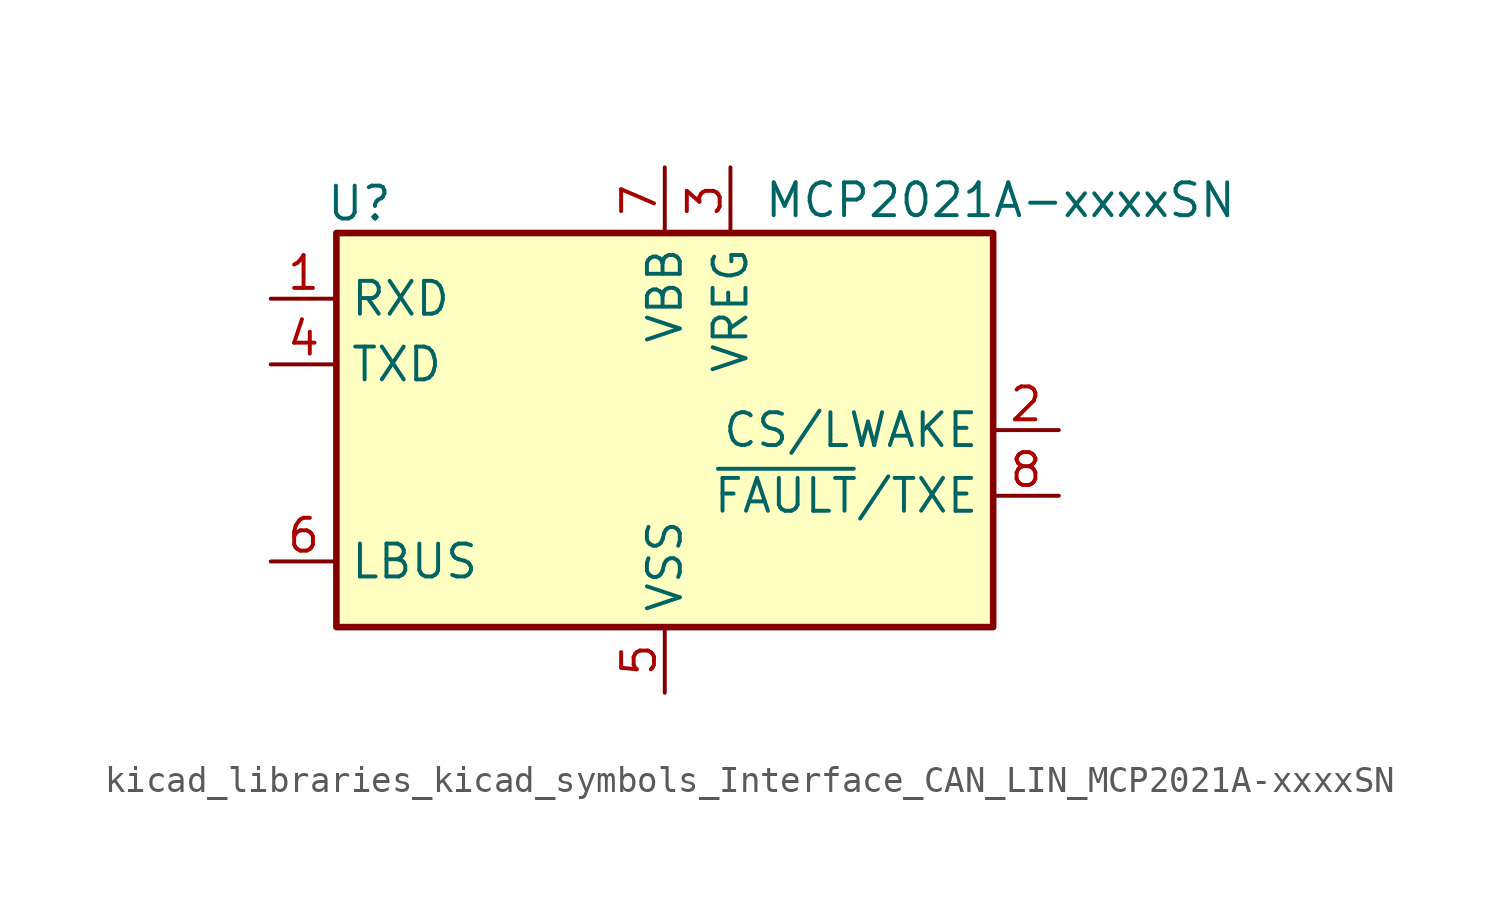
<source format=kicad_sym>
(kicad_symbol_lib
  (version 20220914)
  (generator kicad_symbol_editor)
  (symbol "kicad_libraries_kicad_symbols_Interface_CAN_LIN_MCP2021A-xxxxSN"
    (property "Reference" "U"
      (at -11.811 8.763 0)
      (effects (font (size 1.27 1.27))))
    (property "Value" "MCP2021A-xxxxSN"
      (at 3.81 8.89 0)
      (effects (font (size 1.27 1.27)) (justify left)))
    (symbol "kicad_libraries_kicad_symbols_Interface_CAN_LIN_MCP2021A-xxxxSN_0_1"
      (rectangle (start -12.7 7.62) (end 12.7 -7.62) (stroke (width 0.254) (type default)) (fill (type background))))
    (symbol "kicad_libraries_kicad_symbols_Interface_CAN_LIN_MCP2021A-xxxxSN_1_1"
      (pin output line (at -15.24 5.08 0) (length 2.54) (name "RXD" (effects (font (size 1.27 1.27)))) (number "1" (effects (font (size 1.27 1.27)))))
      (pin input line (at 15.24 0 180) (length 2.54) (name "CS/LWAKE" (effects (font (size 1.27 1.27)))) (number "2" (effects (font (size 1.27 1.27)))))
      (pin power_out line (at 2.54 10.16 270) (length 2.54) (name "VREG" (effects (font (size 1.27 1.27)))) (number "3" (effects (font (size 1.27 1.27)))))
      (pin input line (at -15.24 2.54 0) (length 2.54) (name "TXD" (effects (font (size 1.27 1.27)))) (number "4" (effects (font (size 1.27 1.27)))))
      (pin power_in line (at 0 -10.16 90) (length 2.54) (name "VSS" (effects (font (size 1.27 1.27)))) (number "5" (effects (font (size 1.27 1.27)))))
      (pin open_collector line (at -15.24 -5.08 0) (length 2.54) (name "LBUS" (effects (font (size 1.27 1.27)))) (number "6" (effects (font (size 1.27 1.27)))))
      (pin power_in line (at 0 10.16 270) (length 2.54) (name "VBB" (effects (font (size 1.27 1.27)))) (number "7" (effects (font (size 1.27 1.27)))))
      (pin open_collector line (at 15.24 -2.54 180) (length 2.54) (name "~{FAULT}/TXE" (effects (font (size 1.27 1.27)))) (number "8" (effects (font (size 1.27 1.27))))))))
</source>
